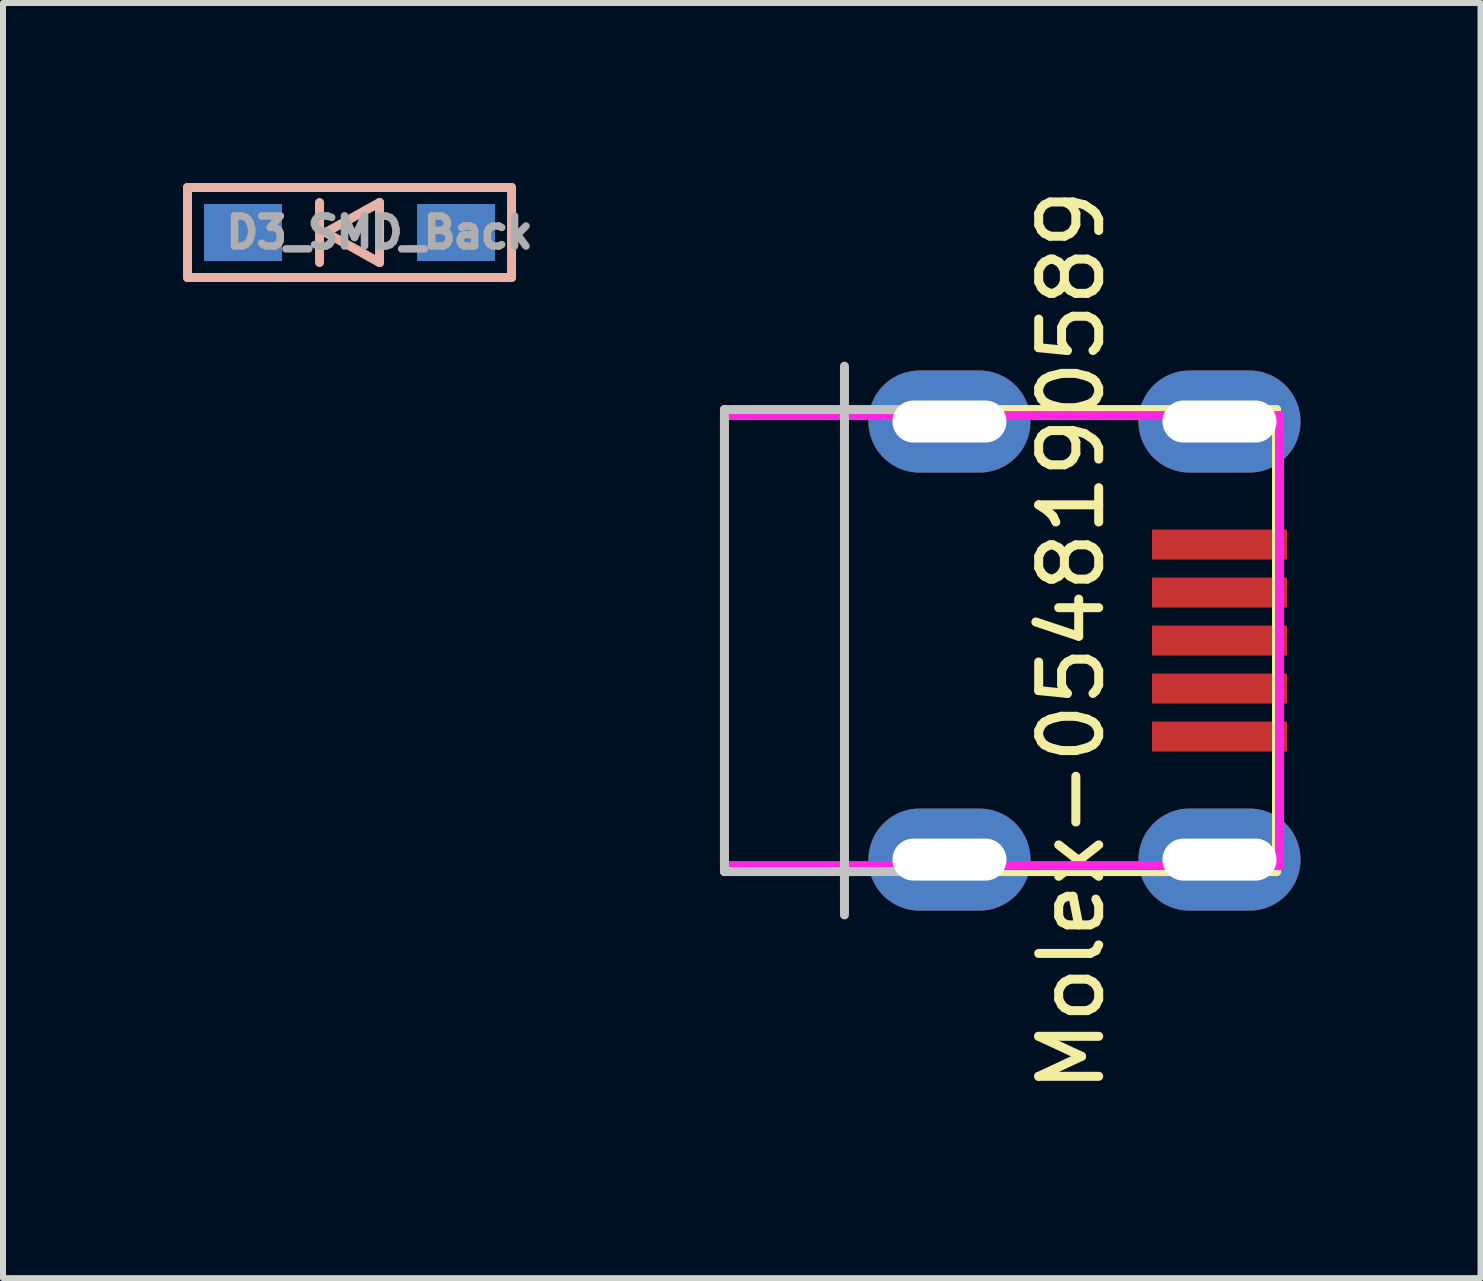
<source format=kicad_pcb>
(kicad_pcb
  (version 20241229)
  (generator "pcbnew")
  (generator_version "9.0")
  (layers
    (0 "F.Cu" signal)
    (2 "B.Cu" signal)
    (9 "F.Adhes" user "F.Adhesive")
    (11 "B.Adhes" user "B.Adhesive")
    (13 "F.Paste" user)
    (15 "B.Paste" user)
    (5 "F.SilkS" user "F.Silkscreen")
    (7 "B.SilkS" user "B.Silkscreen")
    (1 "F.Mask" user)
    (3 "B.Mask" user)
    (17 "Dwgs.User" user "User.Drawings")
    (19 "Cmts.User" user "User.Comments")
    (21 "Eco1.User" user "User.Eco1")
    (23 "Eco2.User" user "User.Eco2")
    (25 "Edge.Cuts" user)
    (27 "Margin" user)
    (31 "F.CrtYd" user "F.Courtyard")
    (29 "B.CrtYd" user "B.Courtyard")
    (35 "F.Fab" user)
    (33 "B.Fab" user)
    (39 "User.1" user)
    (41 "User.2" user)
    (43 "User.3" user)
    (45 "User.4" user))
  (footprint "Molex-0548190589"
    (layer "F.Cu")
    (at 12.773 7.625)
    (property "Reference" "Molex-0548190589" (at 2.032 0 270) (layer "F.SilkS") (effects (font (size 1 1) (thickness 0.15))))
    (attr smd)
    (fp_line (start 0 -3.85) (end 5.45 -3.85) (stroke (width 0.15) (type solid)) (layer "F.SilkS"))
    (fp_line (start 0 3.85) (end 5.45 3.85) (stroke (width 0.15) (type solid)) (layer "F.SilkS"))
    (fp_line (start 5.45 -3.85) (end 5.45 3.85) (stroke (width 0.15) (type solid)) (layer "F.SilkS"))
    (fp_line (start -3.75 -3.85) (end -3.75 3.85) (stroke (width 0.15) (type solid)) (layer "Dwgs.User"))
    (fp_line (start -3.75 -3.85) (end 0 -3.85) (stroke (width 0.15) (type solid)) (layer "Dwgs.User"))
    (fp_line (start -3.75 3.85) (end 0 3.85) (stroke (width 0.15) (type solid)) (layer "Dwgs.User"))
    (fp_line (start -1.75 -4.572) (end -1.75 4.572) (stroke (width 0.15) (type solid)) (layer "Dwgs.User"))
    (fp_line (start -3.75 -3.75) (end 5.5 -3.75) (stroke (width 0.15) (type solid)) (layer "F.CrtYd"))
    (fp_line (start -3.75 3.75) (end -3.75 -3.75) (stroke (width 0.15) (type solid)) (layer "F.CrtYd"))
    (fp_line (start 5.5 -3.75) (end 5.5 3.75) (stroke (width 0.15) (type solid)) (layer "F.CrtYd"))
    (fp_line (start 5.5 3.75) (end -3.75 3.75) (stroke (width 0.15) (type solid)) (layer "F.CrtYd"))
    (pad "1" smd rect (at 4.5 1.6) (size 2.25 0.5) (layers "F.Cu" "F.Mask" "F.Paste"))
    (pad "2" smd rect (at 4.5 0.8) (size 2.25 0.5) (layers "F.Cu" "F.Mask" "F.Paste"))
    (pad "3" smd rect (at 4.5 0) (size 2.25 0.5) (layers "F.Cu" "F.Mask" "F.Paste"))
    (pad "4" smd rect (at 4.5 -0.8) (size 2.25 0.5) (layers "F.Cu" "F.Mask" "F.Paste"))
    (pad "5" smd rect (at 4.5 -1.6) (size 2.25 0.5) (layers "F.Cu" "F.Mask" "F.Paste"))
    (pad "6" thru_hole oval (at 0 -3.65) (size 2.7 1.7) (drill oval 1.9 0.7) (layers "*.Cu" "*.Mask"))
    (pad "6" thru_hole oval (at 0 3.65) (size 2.7 1.7) (drill oval 1.9 0.7) (layers "*.Cu" "*.Mask"))
    (pad "6" thru_hole oval (at 4.5 -3.65) (size 2.7 1.7) (drill oval 1.9 0.7) (layers "*.Cu" "*.Mask"))
    (pad "6" thru_hole oval (at 4.5 3.65) (size 2.7 1.7) (drill oval 1.9 0.7) (layers "*.Cu" "*.Mask")))
  (footprint "D3_SMD_Back"
    (layer "F.Cu")
    (at 2.775 0.825)
    (property "Reference" "D3_SMD_Back" (at 0.5 0 0) (layer "F.Fab") (effects (font (size 0.5 0.5) (thickness 0.125))))
    (attr through_hole)
    (fp_line (start -2.7 -0.75) (end -2.7 0.75) (stroke (width 0.15) (type solid)) (layer "B.SilkS"))
    (fp_line (start -2.7 0.75) (end 2.7 0.75) (stroke (width 0.15) (type solid)) (layer "B.SilkS"))
    (fp_line (start -0.5 -0.5) (end -0.5 0.5) (stroke (width 0.15) (type solid)) (layer "B.SilkS"))
    (fp_line (start -0.4 0) (end 0.5 -0.5) (stroke (width 0.15) (type solid)) (layer "B.SilkS"))
    (fp_line (start 0.5 -0.5) (end 0.5 0.5) (stroke (width 0.15) (type solid)) (layer "B.SilkS"))
    (fp_line (start 0.5 0.5) (end -0.4 0) (stroke (width 0.15) (type solid)) (layer "B.SilkS"))
    (fp_line (start 2.7 -0.75) (end -2.7 -0.75) (stroke (width 0.15) (type solid)) (layer "B.SilkS"))
    (fp_line (start 2.7 0.75) (end 2.7 -0.75) (stroke (width 0.15) (type solid)) (layer "B.SilkS"))
    (pad "1" smd rect (at -1.775 0) (size 1.3 0.95) (layers "B.Cu" "B.Mask" "B.Paste"))
    (pad "2" smd rect (at 1.775 0) (size 1.3 0.95) (layers "B.Cu" "B.Mask" "B.Paste")))
  (gr_rect
    (start -3 -3)
    (end 21.623 18.25)
    (stroke (width 0.1) (type default))
    (fill no)
    (layer "Edge.Cuts")))
</source>
